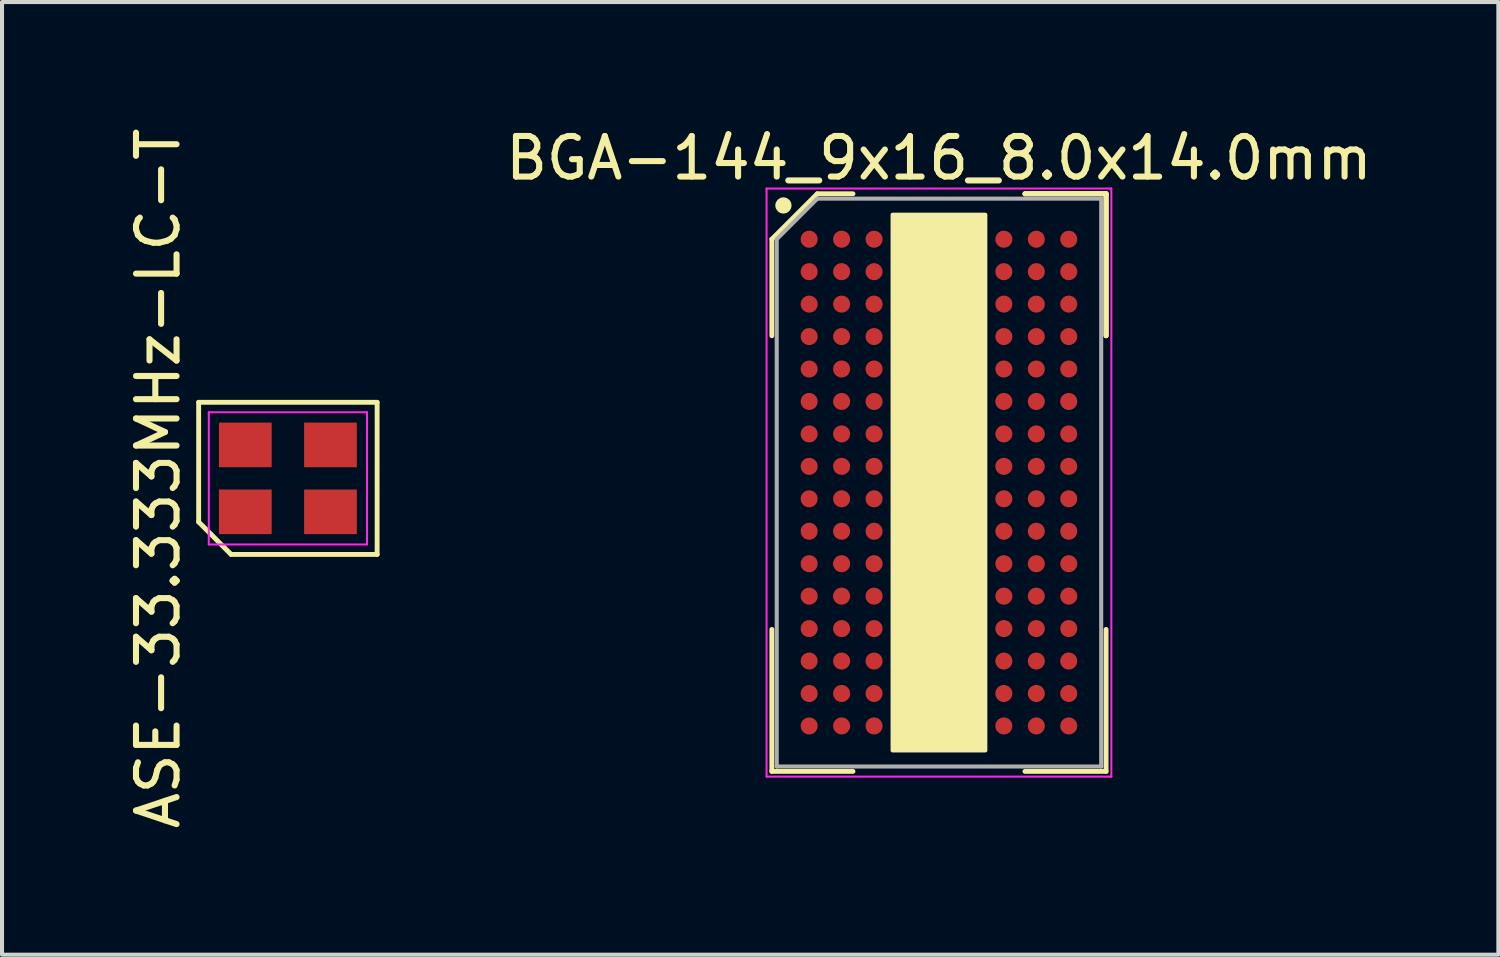
<source format=kicad_pcb>
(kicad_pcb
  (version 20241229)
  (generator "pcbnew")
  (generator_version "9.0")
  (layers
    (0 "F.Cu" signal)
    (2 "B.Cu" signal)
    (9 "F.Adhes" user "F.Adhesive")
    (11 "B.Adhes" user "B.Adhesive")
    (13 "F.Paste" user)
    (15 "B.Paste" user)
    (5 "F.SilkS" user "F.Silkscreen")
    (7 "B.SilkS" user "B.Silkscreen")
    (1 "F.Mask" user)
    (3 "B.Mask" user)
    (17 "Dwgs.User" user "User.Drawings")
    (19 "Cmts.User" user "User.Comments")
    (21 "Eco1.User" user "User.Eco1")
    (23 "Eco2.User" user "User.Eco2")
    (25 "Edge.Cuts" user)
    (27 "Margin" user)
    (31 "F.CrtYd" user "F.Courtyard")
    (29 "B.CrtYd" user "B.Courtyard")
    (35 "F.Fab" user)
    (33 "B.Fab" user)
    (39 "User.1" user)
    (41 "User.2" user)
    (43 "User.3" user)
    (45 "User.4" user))
  (footprint "BGA-144_9x16_8.0x14.0mm"
    (layer "F.Cu")
    (at 20.1 8.848)
    (property "Reference" "BGA-144_9x16_8.0x14.0mm" (at 0 -8 0) (layer "F.SilkS") (effects (font (size 1 1) (thickness 0.15))))
    (attr smd)
    (fp_line (start -4.12 -6) (end -4.12 -3.62) (stroke (width 0.12) (type solid)) (layer "F.SilkS"))
    (fp_line (start -4.12 7.12) (end -4.12 3.62) (stroke (width 0.12) (type solid)) (layer "F.SilkS"))
    (fp_line (start -3 -7.12) (end -4.12 -6) (stroke (width 0.12) (type solid)) (layer "F.SilkS"))
    (fp_line (start -2.12 -7.12) (end -3 -7.12) (stroke (width 0.12) (type solid)) (layer "F.SilkS"))
    (fp_line (start -2.12 7.12) (end -4.12 7.12) (stroke (width 0.12) (type solid)) (layer "F.SilkS"))
    (fp_line (start 2.12 -7.12) (end 4.12 -7.12) (stroke (width 0.12) (type solid)) (layer "F.SilkS"))
    (fp_line (start 2.12 -7.12) (end 4.12 -7.12) (stroke (width 0.12) (type solid)) (layer "F.SilkS"))
    (fp_line (start 2.12 -7.12) (end 4.12 -7.12) (stroke (width 0.12) (type solid)) (layer "F.SilkS"))
    (fp_line (start 2.12 7.12) (end 4.12 7.12) (stroke (width 0.12) (type solid)) (layer "F.SilkS"))
    (fp_line (start 4.12 -7.12) (end 4.12 -3.62) (stroke (width 0.12) (type solid)) (layer "F.SilkS"))
    (fp_line (start 4.12 -7.12) (end 4.12 -3.62) (stroke (width 0.12) (type solid)) (layer "F.SilkS"))
    (fp_line (start 4.12 -7.12) (end 4.12 -3.62) (stroke (width 0.12) (type solid)) (layer "F.SilkS"))
    (fp_line (start 4.12 7.12) (end 4.12 3.62) (stroke (width 0.12) (type solid)) (layer "F.SilkS"))
    (fp_circle (center -3.835 -6.833) (end -3.835 -6.733) (stroke (width 0.2) (type solid)) (fill no) (layer "F.SilkS"))
    (fp_poly (pts (xy -1.143 -6.604) (xy 1.143 -6.604) (xy 1.143 6.604) (xy -1.143 6.604)) (stroke (width 0.1) (type solid)) (fill yes) (layer "F.SilkS"))
    (fp_line (start -4.25 -7.25) (end 4.25 -7.25) (stroke (width 0.05) (type solid)) (layer "F.CrtYd"))
    (fp_line (start -4.25 7.25) (end -4.25 -7.25) (stroke (width 0.05) (type solid)) (layer "F.CrtYd"))
    (fp_line (start 4.25 -7.25) (end 4.25 7.25) (stroke (width 0.05) (type solid)) (layer "F.CrtYd"))
    (fp_line (start 4.25 7.25) (end -4.25 7.25) (stroke (width 0.05) (type solid)) (layer "F.CrtYd"))
    (fp_line (start -4 -6) (end -4 7) (stroke (width 0.1) (type solid)) (layer "F.Fab"))
    (fp_line (start -4 7) (end 4 7) (stroke (width 0.1) (type solid)) (layer "F.Fab"))
    (fp_line (start -3 -7) (end -4 -6) (stroke (width 0.1) (type solid)) (layer "F.Fab"))
    (fp_line (start 4 -7) (end -3 -7) (stroke (width 0.1) (type solid)) (layer "F.Fab"))
    (fp_line (start 4 7) (end 4 -7) (stroke (width 0.1) (type solid)) (layer "F.Fab"))
    (pad "A1" smd circle (at -3.2 -6) (size 0.42 0.42) (layers "F.Cu" "F.Mask" "F.Paste"))
    (pad "A2" smd circle (at -2.4 -6) (size 0.42 0.42) (layers "F.Cu" "F.Mask" "F.Paste"))
    (pad "A3" smd circle (at -1.6 -6) (size 0.42 0.42) (layers "F.Cu" "F.Mask" "F.Paste"))
    (pad "A7" smd circle (at 1.6 -6) (size 0.42 0.42) (layers "F.Cu" "F.Mask" "F.Paste"))
    (pad "A8" smd circle (at 2.4 -6) (size 0.42 0.42) (layers "F.Cu" "F.Mask" "F.Paste"))
    (pad "A9" smd circle (at 3.2 -6) (size 0.42 0.42) (layers "F.Cu" "F.Mask" "F.Paste"))
    (pad "B1" smd circle (at -3.2 -5.2) (size 0.42 0.42) (layers "F.Cu" "F.Mask" "F.Paste"))
    (pad "B2" smd circle (at -2.4 -5.2) (size 0.42 0.42) (layers "F.Cu" "F.Mask" "F.Paste"))
    (pad "B3" smd circle (at -1.6 -5.2) (size 0.42 0.42) (layers "F.Cu" "F.Mask" "F.Paste"))
    (pad "B7" smd circle (at 1.6 -5.2) (size 0.42 0.42) (layers "F.Cu" "F.Mask" "F.Paste"))
    (pad "B8" smd circle (at 2.4 -5.2) (size 0.42 0.42) (layers "F.Cu" "F.Mask" "F.Paste"))
    (pad "B9" smd circle (at 3.2 -5.2) (size 0.42 0.42) (layers "F.Cu" "F.Mask" "F.Paste"))
    (pad "C1" smd circle (at -3.2 -4.4) (size 0.42 0.42) (layers "F.Cu" "F.Mask" "F.Paste"))
    (pad "C2" smd circle (at -2.4 -4.4) (size 0.42 0.42) (layers "F.Cu" "F.Mask" "F.Paste"))
    (pad "C3" smd circle (at -1.6 -4.4) (size 0.42 0.42) (layers "F.Cu" "F.Mask" "F.Paste"))
    (pad "C7" smd circle (at 1.6 -4.4) (size 0.42 0.42) (layers "F.Cu" "F.Mask" "F.Paste"))
    (pad "C8" smd circle (at 2.4 -4.4) (size 0.42 0.42) (layers "F.Cu" "F.Mask" "F.Paste"))
    (pad "C9" smd circle (at 3.2 -4.4) (size 0.42 0.42) (layers "F.Cu" "F.Mask" "F.Paste"))
    (pad "D1" smd circle (at -3.2 -3.6) (size 0.42 0.42) (layers "F.Cu" "F.Mask" "F.Paste"))
    (pad "D2" smd circle (at -2.4 -3.6) (size 0.42 0.42) (layers "F.Cu" "F.Mask" "F.Paste"))
    (pad "D3" smd circle (at -1.6 -3.6) (size 0.42 0.42) (layers "F.Cu" "F.Mask" "F.Paste"))
    (pad "D7" smd circle (at 1.6 -3.6) (size 0.42 0.42) (layers "F.Cu" "F.Mask" "F.Paste"))
    (pad "D8" smd circle (at 2.4 -3.6) (size 0.42 0.42) (layers "F.Cu" "F.Mask" "F.Paste"))
    (pad "D9" smd circle (at 3.2 -3.6) (size 0.42 0.42) (layers "F.Cu" "F.Mask" "F.Paste"))
    (pad "E1" smd circle (at -3.2 -2.8) (size 0.42 0.42) (layers "F.Cu" "F.Mask" "F.Paste"))
    (pad "E2" smd circle (at -2.4 -2.8) (size 0.42 0.42) (layers "F.Cu" "F.Mask" "F.Paste"))
    (pad "E3" smd circle (at -1.6 -2.8) (size 0.42 0.42) (layers "F.Cu" "F.Mask" "F.Paste"))
    (pad "E7" smd circle (at 1.6 -2.8) (size 0.42 0.42) (layers "F.Cu" "F.Mask" "F.Paste"))
    (pad "E8" smd circle (at 2.4 -2.8) (size 0.42 0.42) (layers "F.Cu" "F.Mask" "F.Paste"))
    (pad "E9" smd circle (at 3.2 -2.8) (size 0.42 0.42) (layers "F.Cu" "F.Mask" "F.Paste"))
    (pad "F1" smd circle (at -3.2 -2) (size 0.42 0.42) (layers "F.Cu" "F.Mask" "F.Paste"))
    (pad "F2" smd circle (at -2.4 -2) (size 0.42 0.42) (layers "F.Cu" "F.Mask" "F.Paste"))
    (pad "F3" smd circle (at -1.6 -2) (size 0.42 0.42) (layers "F.Cu" "F.Mask" "F.Paste"))
    (pad "F7" smd circle (at 1.6 -2) (size 0.42 0.42) (layers "F.Cu" "F.Mask" "F.Paste"))
    (pad "F8" smd circle (at 2.4 -2) (size 0.42 0.42) (layers "F.Cu" "F.Mask" "F.Paste"))
    (pad "F9" smd circle (at 3.2 -2) (size 0.42 0.42) (layers "F.Cu" "F.Mask" "F.Paste"))
    (pad "G1" smd circle (at -3.2 -1.2) (size 0.42 0.42) (layers "F.Cu" "F.Mask" "F.Paste"))
    (pad "G2" smd circle (at -2.4 -1.2) (size 0.42 0.42) (layers "F.Cu" "F.Mask" "F.Paste"))
    (pad "G3" smd circle (at -1.6 -1.2) (size 0.42 0.42) (layers "F.Cu" "F.Mask" "F.Paste"))
    (pad "G7" smd circle (at 1.6 -1.2) (size 0.42 0.42) (layers "F.Cu" "F.Mask" "F.Paste"))
    (pad "G8" smd circle (at 2.4 -1.2) (size 0.42 0.42) (layers "F.Cu" "F.Mask" "F.Paste"))
    (pad "G9" smd circle (at 3.2 -1.2) (size 0.42 0.42) (layers "F.Cu" "F.Mask" "F.Paste"))
    (pad "H1" smd circle (at -3.2 -0.4) (size 0.42 0.42) (layers "F.Cu" "F.Mask" "F.Paste"))
    (pad "H2" smd circle (at -2.4 -0.4) (size 0.42 0.42) (layers "F.Cu" "F.Mask" "F.Paste"))
    (pad "H3" smd circle (at -1.6 -0.4) (size 0.42 0.42) (layers "F.Cu" "F.Mask" "F.Paste"))
    (pad "H7" smd circle (at 1.6 -0.4) (size 0.42 0.42) (layers "F.Cu" "F.Mask" "F.Paste"))
    (pad "H8" smd circle (at 2.4 -0.4) (size 0.42 0.42) (layers "F.Cu" "F.Mask" "F.Paste"))
    (pad "H9" smd circle (at 3.2 -0.4) (size 0.42 0.42) (layers "F.Cu" "F.Mask" "F.Paste"))
    (pad "J1" smd circle (at -3.2 0.4) (size 0.42 0.42) (layers "F.Cu" "F.Mask" "F.Paste"))
    (pad "J2" smd circle (at -2.4 0.4) (size 0.42 0.42) (layers "F.Cu" "F.Mask" "F.Paste"))
    (pad "J3" smd circle (at -1.6 0.4) (size 0.42 0.42) (layers "F.Cu" "F.Mask" "F.Paste"))
    (pad "J7" smd circle (at 1.6 0.4) (size 0.42 0.42) (layers "F.Cu" "F.Mask" "F.Paste"))
    (pad "J8" smd circle (at 2.4 0.4) (size 0.42 0.42) (layers "F.Cu" "F.Mask" "F.Paste"))
    (pad "J9" smd circle (at 3.2 0.4) (size 0.42 0.42) (layers "F.Cu" "F.Mask" "F.Paste"))
    (pad "K1" smd circle (at -3.2 1.2) (size 0.42 0.42) (layers "F.Cu" "F.Mask" "F.Paste"))
    (pad "K2" smd circle (at -2.4 1.2) (size 0.42 0.42) (layers "F.Cu" "F.Mask" "F.Paste"))
    (pad "K3" smd circle (at -1.6 1.2) (size 0.42 0.42) (layers "F.Cu" "F.Mask" "F.Paste"))
    (pad "K7" smd circle (at 1.6 1.2) (size 0.42 0.42) (layers "F.Cu" "F.Mask" "F.Paste"))
    (pad "K8" smd circle (at 2.4 1.2) (size 0.42 0.42) (layers "F.Cu" "F.Mask" "F.Paste"))
    (pad "K9" smd circle (at 3.2 1.2) (size 0.42 0.42) (layers "F.Cu" "F.Mask" "F.Paste"))
    (pad "L1" smd circle (at -3.2 2) (size 0.42 0.42) (layers "F.Cu" "F.Mask" "F.Paste"))
    (pad "L2" smd circle (at -2.4 2) (size 0.42 0.42) (layers "F.Cu" "F.Mask" "F.Paste"))
    (pad "L3" smd circle (at -1.6 2) (size 0.42 0.42) (layers "F.Cu" "F.Mask" "F.Paste"))
    (pad "L7" smd circle (at 1.6 2) (size 0.42 0.42) (layers "F.Cu" "F.Mask" "F.Paste"))
    (pad "L8" smd circle (at 2.4 2) (size 0.42 0.42) (layers "F.Cu" "F.Mask" "F.Paste"))
    (pad "L9" smd circle (at 3.2 2) (size 0.42 0.42) (layers "F.Cu" "F.Mask" "F.Paste"))
    (pad "M1" smd circle (at -3.2 2.8) (size 0.42 0.42) (layers "F.Cu" "F.Mask" "F.Paste"))
    (pad "M2" smd circle (at -2.4 2.8) (size 0.42 0.42) (layers "F.Cu" "F.Mask" "F.Paste"))
    (pad "M3" smd circle (at -1.6 2.8) (size 0.42 0.42) (layers "F.Cu" "F.Mask" "F.Paste"))
    (pad "M7" smd circle (at 1.6 2.8) (size 0.42 0.42) (layers "F.Cu" "F.Mask" "F.Paste"))
    (pad "M8" smd circle (at 2.4 2.8) (size 0.42 0.42) (layers "F.Cu" "F.Mask" "F.Paste"))
    (pad "M9" smd circle (at 3.2 2.8) (size 0.42 0.42) (layers "F.Cu" "F.Mask" "F.Paste"))
    (pad "N1" smd circle (at -3.2 3.6) (size 0.42 0.42) (layers "F.Cu" "F.Mask" "F.Paste"))
    (pad "N2" smd circle (at -2.4 3.6) (size 0.42 0.42) (layers "F.Cu" "F.Mask" "F.Paste"))
    (pad "N3" smd circle (at -1.6 3.6) (size 0.42 0.42) (layers "F.Cu" "F.Mask" "F.Paste"))
    (pad "N7" smd circle (at 1.6 3.6) (size 0.42 0.42) (layers "F.Cu" "F.Mask" "F.Paste"))
    (pad "N8" smd circle (at 2.4 3.6) (size 0.42 0.42) (layers "F.Cu" "F.Mask" "F.Paste"))
    (pad "N9" smd circle (at 3.2 3.6) (size 0.42 0.42) (layers "F.Cu" "F.Mask" "F.Paste"))
    (pad "P1" smd circle (at -3.2 4.4) (size 0.42 0.42) (layers "F.Cu" "F.Mask" "F.Paste"))
    (pad "P2" smd circle (at -2.4 4.4) (size 0.42 0.42) (layers "F.Cu" "F.Mask" "F.Paste"))
    (pad "P3" smd circle (at -1.6 4.4) (size 0.42 0.42) (layers "F.Cu" "F.Mask" "F.Paste"))
    (pad "P7" smd circle (at 1.6 4.4) (size 0.42 0.42) (layers "F.Cu" "F.Mask" "F.Paste"))
    (pad "P8" smd circle (at 2.4 4.4) (size 0.42 0.42) (layers "F.Cu" "F.Mask" "F.Paste"))
    (pad "P9" smd circle (at 3.2 4.4) (size 0.42 0.42) (layers "F.Cu" "F.Mask" "F.Paste"))
    (pad "R1" smd circle (at -3.2 5.2) (size 0.42 0.42) (layers "F.Cu" "F.Mask" "F.Paste"))
    (pad "R2" smd circle (at -2.4 5.2) (size 0.42 0.42) (layers "F.Cu" "F.Mask" "F.Paste"))
    (pad "R3" smd circle (at -1.6 5.2) (size 0.42 0.42) (layers "F.Cu" "F.Mask" "F.Paste"))
    (pad "R7" smd circle (at 1.6 5.2) (size 0.42 0.42) (layers "F.Cu" "F.Mask" "F.Paste"))
    (pad "R8" smd circle (at 2.4 5.2) (size 0.42 0.42) (layers "F.Cu" "F.Mask" "F.Paste"))
    (pad "R9" smd circle (at 3.2 5.2) (size 0.42 0.42) (layers "F.Cu" "F.Mask" "F.Paste"))
    (pad "T1" smd circle (at -3.2 6) (size 0.42 0.42) (layers "F.Cu" "F.Mask" "F.Paste"))
    (pad "T2" smd circle (at -2.4 6) (size 0.42 0.42) (layers "F.Cu" "F.Mask" "F.Paste"))
    (pad "T3" smd circle (at -1.6 6) (size 0.42 0.42) (layers "F.Cu" "F.Mask" "F.Paste"))
    (pad "T7" smd circle (at 1.6 6) (size 0.42 0.42) (layers "F.Cu" "F.Mask" "F.Paste"))
    (pad "T8" smd circle (at 2.4 6) (size 0.42 0.42) (layers "F.Cu" "F.Mask" "F.Paste"))
    (pad "T9" smd circle (at 3.2 6) (size 0.42 0.42) (layers "F.Cu" "F.Mask" "F.Paste")))
  (footprint "ASE-33.333MHz-LC-T"
    (layer "F.Cu")
    (at 4.048 8.744)
    (property "Reference" "ASE-33.333MHz-LC-T" (at -3.2 0 90) (layer "F.SilkS") (effects (font (size 1 1) (thickness 0.15))))
    (attr smd)
    (fp_line (start -2.2 -1.875) (end 2.2 -1.875) (stroke (width 0.12) (type solid)) (layer "F.SilkS"))
    (fp_line (start -2.2 1.075) (end -2.2 -1.875) (stroke (width 0.12) (type solid)) (layer "F.SilkS"))
    (fp_line (start -1.4 1.875) (end -2.2 1.075) (stroke (width 0.12) (type solid)) (layer "F.SilkS"))
    (fp_line (start 2.2 -1.875) (end 2.2 1.875) (stroke (width 0.12) (type solid)) (layer "F.SilkS"))
    (fp_line (start 2.2 1.875) (end -1.4 1.875) (stroke (width 0.12) (type solid)) (layer "F.SilkS"))
    (fp_line (start -1.95 -1.63) (end 1.95 -1.63) (stroke (width 0.05) (type solid)) (layer "F.CrtYd"))
    (fp_line (start -1.95 1.63) (end -1.95 -1.63) (stroke (width 0.05) (type solid)) (layer "F.CrtYd"))
    (fp_line (start 1.95 -1.63) (end 1.95 1.63) (stroke (width 0.05) (type solid)) (layer "F.CrtYd"))
    (fp_line (start 1.95 1.63) (end -1.95 1.63) (stroke (width 0.05) (type solid)) (layer "F.CrtYd"))
    (pad "1" smd rect (at -1.05 0.825) (size 1.3 1.1) (layers "F.Cu" "F.Mask" "F.Paste"))
    (pad "2" smd rect (at 1.05 0.825) (size 1.3 1.1) (layers "F.Cu" "F.Mask" "F.Paste"))
    (pad "3" smd rect (at 1.05 -0.825) (size 1.3 1.1) (layers "F.Cu" "F.Mask" "F.Paste"))
    (pad "4" smd rect (at -1.05 -0.825) (size 1.3 1.1) (layers "F.Cu" "F.Mask" "F.Paste")))
  (gr_rect
    (start -3 -3)
    (end 33.892 20.488)
    (stroke (width 0.1) (type default))
    (fill no)
    (layer "Edge.Cuts")))
</source>
